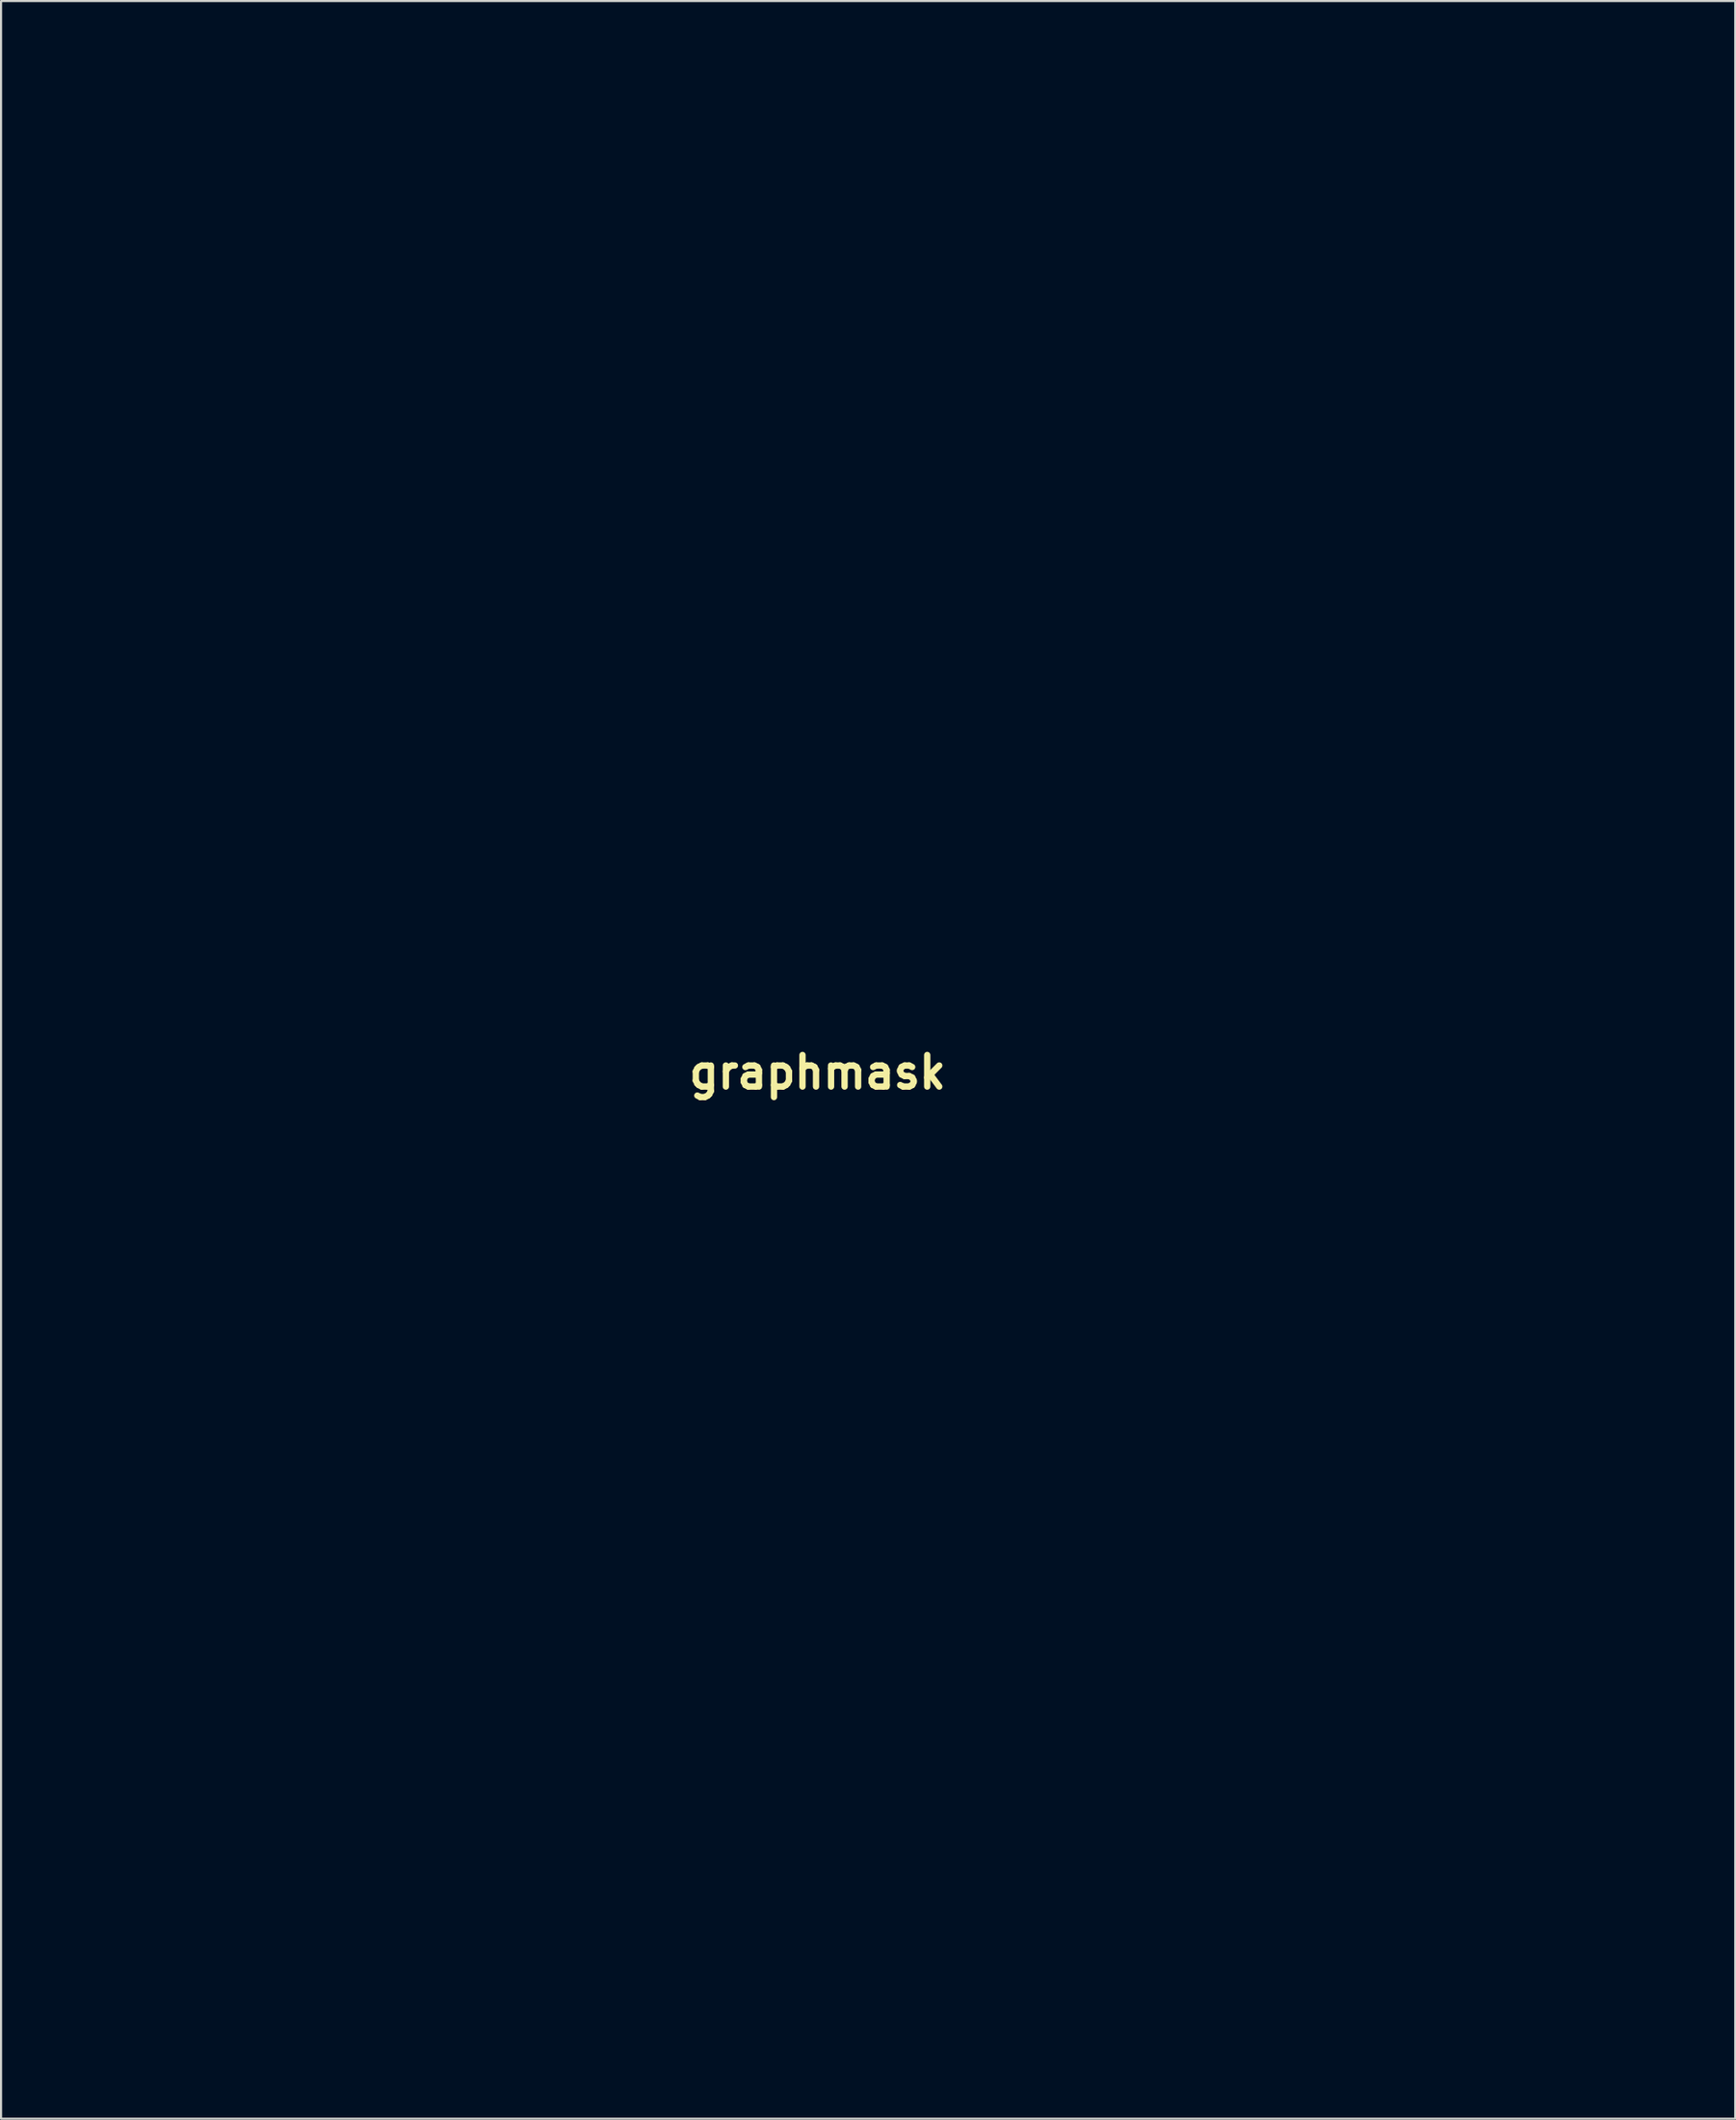
<source format=kicad_pcb>
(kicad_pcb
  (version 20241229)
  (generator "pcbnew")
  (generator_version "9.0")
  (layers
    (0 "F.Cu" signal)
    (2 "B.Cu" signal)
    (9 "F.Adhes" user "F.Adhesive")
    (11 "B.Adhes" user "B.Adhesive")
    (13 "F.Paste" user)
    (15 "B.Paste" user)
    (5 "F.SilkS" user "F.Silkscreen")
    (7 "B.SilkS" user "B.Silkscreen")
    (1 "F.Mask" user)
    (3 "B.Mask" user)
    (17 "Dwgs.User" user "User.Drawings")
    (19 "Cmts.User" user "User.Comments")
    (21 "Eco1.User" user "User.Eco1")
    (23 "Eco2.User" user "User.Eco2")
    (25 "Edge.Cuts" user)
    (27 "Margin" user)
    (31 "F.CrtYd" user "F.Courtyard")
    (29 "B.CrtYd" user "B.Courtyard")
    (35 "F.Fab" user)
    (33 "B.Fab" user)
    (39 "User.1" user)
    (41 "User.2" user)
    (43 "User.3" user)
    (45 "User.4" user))
  (footprint "graphmask"
    (layer "F.Cu")
    (at 35.813 47.898)
    (property "Reference" "graphmask" (at 0 0 0) (layer "F.SilkS") (effects (font (size 1.5 1.5) (thickness 0.3))))
    (attr board_only exclude_from_pos_files exclude_from_bom)
    (fp_poly (pts (xy -13.098 -47.108) (xy -13.002 -47.026) (xy -12.881 -46.805) (xy -12.919 -46.569) (xy -13.037 -46.417) (xy -13.088 -46.361) (xy -13.127 -46.286) (xy -13.157 -46.171) (xy -13.18 -45.996) (xy -13.197 -45.742) (xy -13.209 -45.387) (xy -13.218 -44.911) (xy -13.226 -44.295) (xy -13.229 -43.979) (xy -13.253 -41.698) (xy -13.273 -44.003) (xy -13.279 -44.688) (xy -13.286 -45.223) (xy -13.296 -45.628) (xy -13.309 -45.921) (xy -13.327 -46.124) (xy -13.352 -46.254) (xy -13.385 -46.332) (xy -13.428 -46.377) (xy -13.462 -46.397) (xy -13.596 -46.551) (xy -13.633 -46.768) (xy -13.571 -46.973) (xy -13.468 -47.072) (xy -13.257 -47.152)) (stroke (width 0) (type solid)) (fill yes) (layer "F.Mask"))
    (fp_poly (pts (xy 33.126 -43.668) (xy 33.825 -43.657) (xy 34.392 -43.641) (xy 34.819 -43.621) (xy 35.097 -43.596) (xy 35.217 -43.568) (xy 35.222 -43.561) (xy 35.138 -43.532) (xy 34.895 -43.506) (xy 34.501 -43.484) (xy 33.966 -43.467) (xy 33.298 -43.455) (xy 33.165 -43.454) (xy 31.109 -43.431) (xy 30.14 -42.459) (xy 29.17 -41.487) (xy 27.257 -41.487) (xy 26.704 -41.489) (xy 26.209 -41.496) (xy 25.796 -41.506) (xy 25.49 -41.519) (xy 25.317 -41.535) (xy 25.287 -41.543) (xy 25.246 -41.605) (xy 25.272 -41.653) (xy 25.382 -41.688) (xy 25.592 -41.713) (xy 25.918 -41.729) (xy 26.378 -41.738) (xy 26.986 -41.741) (xy 27.158 -41.741) (xy 29.086 -41.741) (xy 30.058 -42.716) (xy 31.03 -43.691)) (stroke (width 0) (type solid)) (fill yes) (layer "F.Mask"))
    (fp_poly (pts (xy -12.27 -30.837) (xy -12.137 -30.673) (xy -12.107 -30.467) (xy -12.195 -30.274) (xy -12.277 -30.206) (xy -12.326 -30.169) (xy -12.365 -30.113) (xy -12.394 -30.019) (xy -12.415 -29.869) (xy -12.43 -29.642) (xy -12.439 -29.32) (xy -12.444 -28.884) (xy -12.446 -28.314) (xy -12.446 -27.688) (xy -12.446 -25.276) (xy -11.452 -24.279) (xy -11.129 -23.95) (xy -10.86 -23.667) (xy -10.663 -23.449) (xy -10.555 -23.316) (xy -10.544 -23.283) (xy -10.63 -23.34) (xy -10.811 -23.498) (xy -11.067 -23.736) (xy -11.375 -24.034) (xy -11.58 -24.237) (xy -12.531 -25.191) (xy -12.531 -27.646) (xy -12.531 -28.355) (xy -12.533 -28.914) (xy -12.538 -29.342) (xy -12.548 -29.657) (xy -12.563 -29.878) (xy -12.584 -30.025) (xy -12.614 -30.116) (xy -12.653 -30.171) (xy -12.7 -30.206) (xy -12.846 -30.377) (xy -12.866 -30.584) (xy -12.777 -30.773) (xy -12.594 -30.889) (xy -12.488 -30.903)) (stroke (width 0) (type solid)) (fill yes) (layer "F.Mask"))
    (fp_poly (pts (xy -13.93 -40.665) (xy -13.822 -40.478) (xy -13.809 -40.286) (xy -13.831 -40.236) (xy -13.793 -40.151) (xy -13.655 -39.975) (xy -13.44 -39.735) (xy -13.204 -39.493) (xy -12.531 -38.824) (xy -12.531 -35.645) (xy -12.531 -32.466) (xy -13.334 -31.666) (xy -14.138 -30.866) (xy -14.161 -27.054) (xy -14.183 -23.241) (xy -14.204 -27.137) (xy -14.224 -31.034) (xy -13.462 -31.792) (xy -12.7 -32.551) (xy -12.7 -35.687) (xy -12.7 -38.824) (xy -13.319 -39.439) (xy -13.651 -39.753) (xy -13.888 -39.939) (xy -14.039 -40.006) (xy -14.075 -40.002) (xy -14.29 -39.997) (xy -14.469 -40.119) (xy -14.56 -40.33) (xy -14.563 -40.379) (xy -14.547 -40.446) (xy -14.442 -40.446) (xy -14.402 -40.273) (xy -14.381 -40.245) (xy -14.225 -40.147) (xy -14.083 -40.193) (xy -14.013 -40.36) (xy -14.012 -40.387) (xy -14.061 -40.563) (xy -14.192 -40.623) (xy -14.361 -40.583) (xy -14.442 -40.446) (xy -14.547 -40.446) (xy -14.502 -40.635) (xy -14.335 -40.773) (xy -14.099 -40.775)) (stroke (width 0) (type solid)) (fill yes) (layer "F.Mask"))
    (fp_poly (pts (xy 29.043 26.91) (xy 29.155 27.082) (xy 29.147 27.298) (xy 29.125 27.347) (xy 29.022 27.481) (xy 28.953 27.517) (xy 28.92 27.597) (xy 28.894 27.824) (xy 28.878 28.175) (xy 28.871 28.625) (xy 28.871 28.639) (xy 28.871 29.761) (xy 31.919 32.808) (xy 34.967 35.855) (xy 34.967 37.274) (xy 34.972 37.77) (xy 34.984 38.183) (xy 35.004 38.487) (xy 35.028 38.661) (xy 35.046 38.693) (xy 35.2 38.766) (xy 35.329 38.946) (xy 35.39 39.168) (xy 35.391 39.194) (xy 35.321 39.449) (xy 35.146 39.626) (xy 34.913 39.706) (xy 34.67 39.668) (xy 34.515 39.554) (xy 34.387 39.302) (xy 34.409 39.034) (xy 34.574 38.802) (xy 34.586 38.792) (xy 34.666 38.725) (xy 34.722 38.65) (xy 34.76 38.539) (xy 34.782 38.364) (xy 34.794 38.099) (xy 34.798 37.715) (xy 34.798 37.283) (xy 34.798 35.94) (xy 31.75 32.893) (xy 28.702 29.846) (xy 28.702 28.692) (xy 28.698 28.204) (xy 28.686 27.86) (xy 28.661 27.632) (xy 28.623 27.496) (xy 28.575 27.432) (xy 28.456 27.25) (xy 28.475 27.057) (xy 28.608 26.905) (xy 28.834 26.839) (xy 28.843 26.839)) (stroke (width 0) (type solid)) (fill yes) (layer "F.Mask"))
    (fp_poly (pts (xy -16.758 -31.597) (xy -16.623 -31.43) (xy -16.593 -31.219) (xy -16.687 -31.02) (xy -16.722 -30.988) (xy -16.759 -30.936) (xy -16.788 -30.835) (xy -16.81 -30.669) (xy -16.827 -30.42) (xy -16.838 -30.069) (xy -16.845 -29.599) (xy -16.848 -28.992) (xy -16.849 -28.373) (xy -16.849 -25.864) (xy -18.141 -24.573) (xy -18.527 -24.193) (xy -18.879 -23.857) (xy -19.178 -23.583) (xy -19.403 -23.389) (xy -19.536 -23.291) (xy -19.558 -23.283) (xy -19.538 -23.34) (xy -19.413 -23.498) (xy -19.197 -23.74) (xy -18.906 -24.05) (xy -18.556 -24.411) (xy -18.393 -24.575) (xy -17.103 -25.868) (xy -17.103 -28.349) (xy -17.104 -29.08) (xy -17.108 -29.66) (xy -17.116 -30.106) (xy -17.128 -30.437) (xy -17.146 -30.671) (xy -17.17 -30.825) (xy -17.202 -30.918) (xy -17.23 -30.958) (xy -17.35 -31.171) (xy -17.345 -31.286) (xy -17.237 -31.286) (xy -17.185 -31.112) (xy -17.178 -31.104) (xy -17.01 -30.996) (xy -16.849 -31.044) (xy -16.778 -31.136) (xy -16.732 -31.341) (xy -16.828 -31.467) (xy -16.974 -31.496) (xy -17.157 -31.434) (xy -17.237 -31.286) (xy -17.345 -31.286) (xy -17.341 -31.394) (xy -17.223 -31.576) (xy -17.014 -31.664) (xy -16.976 -31.665)) (stroke (width 0) (type solid)) (fill yes) (layer "F.Mask"))
    (fp_poly (pts (xy 33.093 20.553) (xy 33.208 20.707) (xy 33.232 20.893) (xy 33.151 21.056) (xy 33.056 21.115) (xy 33.016 21.156) (xy 32.986 21.259) (xy 32.964 21.441) (xy 32.949 21.723) (xy 32.94 22.123) (xy 32.936 22.661) (xy 32.935 23.108) (xy 32.935 23.732) (xy 32.932 24.208) (xy 32.924 24.557) (xy 32.911 24.8) (xy 32.889 24.96) (xy 32.859 25.057) (xy 32.816 25.113) (xy 32.766 25.146) (xy 32.624 25.313) (xy 32.597 25.483) (xy 32.522 25.728) (xy 32.334 25.917) (xy 32.09 25.993) (xy 32.089 25.993) (xy 31.923 25.946) (xy 31.769 25.861) (xy 31.611 25.659) (xy 31.573 25.404) (xy 31.655 25.155) (xy 31.799 25.007) (xy 31.979 24.916) (xy 32.155 24.92) (xy 32.307 24.968) (xy 32.52 25.023) (xy 32.668 25.025) (xy 32.681 25.019) (xy 32.707 24.923) (xy 32.728 24.69) (xy 32.745 24.347) (xy 32.757 23.925) (xy 32.764 23.45) (xy 32.767 22.953) (xy 32.765 22.461) (xy 32.757 22.003) (xy 32.745 21.609) (xy 32.728 21.306) (xy 32.706 21.123) (xy 32.687 21.082) (xy 32.593 21.012) (xy 32.547 20.852) (xy 32.564 20.68) (xy 32.6 20.612) (xy 32.762 20.514) (xy 32.9 20.489)) (stroke (width 0) (type solid)) (fill yes) (layer "F.Mask"))
    (fp_poly (pts (xy -32.602 34.078) (xy -32.53 34.221) (xy -32.573 34.388) (xy -32.639 34.459) (xy -32.676 34.511) (xy -32.704 34.61) (xy -32.727 34.774) (xy -32.743 35.02) (xy -32.754 35.366) (xy -32.761 35.83) (xy -32.765 36.428) (xy -32.766 37.161) (xy -32.766 39.756) (xy -33.274 40.259) (xy -33.782 40.762) (xy -33.782 43.454) (xy -33.78 44.303) (xy -33.772 44.991) (xy -33.76 45.526) (xy -33.741 45.916) (xy -33.717 46.171) (xy -33.687 46.297) (xy -33.684 46.303) (xy -33.626 46.49) (xy -33.639 46.598) (xy -33.756 46.714) (xy -33.928 46.721) (xy -34.085 46.621) (xy -34.118 46.573) (xy -34.155 46.401) (xy -34.078 46.282) (xy -34.043 46.225) (xy -34.014 46.121) (xy -33.992 45.953) (xy -33.976 45.704) (xy -33.964 45.357) (xy -33.957 44.894) (xy -33.953 44.3) (xy -33.951 43.556) (xy -33.951 43.416) (xy -33.951 40.677) (xy -33.401 40.132) (xy -32.851 39.587) (xy -32.851 37.074) (xy -32.852 36.345) (xy -32.855 35.767) (xy -32.862 35.323) (xy -32.874 34.997) (xy -32.89 34.77) (xy -32.913 34.625) (xy -32.942 34.545) (xy -32.978 34.513) (xy -33.085 34.399) (xy -33.09 34.227) (xy -32.997 34.075) (xy -32.954 34.046) (xy -32.755 34.005)) (stroke (width 0) (type solid)) (fill yes) (layer "F.Mask"))
    (fp_poly (pts (xy -18.991 14.765) (xy -18.898 14.91) (xy -18.897 14.99) (xy -18.861 15.09) (xy -18.729 15.272) (xy -18.495 15.543) (xy -18.152 15.91) (xy -17.694 16.381) (xy -17.358 16.72) (xy -15.792 18.288) (xy -11.387 18.288) (xy -6.982 18.288) (xy -6.011 17.314) (xy -5.04 16.341) (xy -1.769 16.341) (xy -0.923 16.34) (xy -0.232 16.337) (xy 0.322 16.332) (xy 0.752 16.324) (xy 1.076 16.312) (xy 1.307 16.296) (xy 1.462 16.275) (xy 1.557 16.249) (xy 1.606 16.216) (xy 1.609 16.214) (xy 1.779 16.101) (xy 1.956 16.112) (xy 2.094 16.213) (xy 2.149 16.374) (xy 2.086 16.551) (xy 1.952 16.635) (xy 1.78 16.643) (xy 1.644 16.583) (xy 1.609 16.504) (xy 1.526 16.484) (xy 1.286 16.467) (xy 0.902 16.452) (xy 0.386 16.44) (xy -0.251 16.432) (xy -0.995 16.427) (xy -1.631 16.425) (xy -4.871 16.425) (xy -5.842 17.399) (xy -6.813 18.373) (xy -11.345 18.373) (xy -15.877 18.373) (xy -17.437 16.81) (xy -17.988 16.265) (xy -18.431 15.84) (xy -18.773 15.53) (xy -19.02 15.33) (xy -19.177 15.233) (xy -19.214 15.223) (xy -19.398 15.139) (xy -19.465 14.982) (xy -19.398 14.811) (xy -19.344 14.762) (xy -19.16 14.706)) (stroke (width 0) (type solid)) (fill yes) (layer "F.Mask"))
    (fp_poly (pts (xy -25.273 23.311) (xy -25.024 23.405) (xy -24.944 23.46) (xy -24.663 23.773) (xy -24.509 24.145) (xy -24.479 24.538) (xy -24.571 24.914) (xy -24.784 25.237) (xy -25.058 25.44) (xy -25.315 25.574) (xy -25.315 27.456) (xy -25.315 29.339) (xy -23.961 30.692) (xy -22.606 32.044) (xy -22.606 34.012) (xy -22.606 35.979) (xy -22.348 36.112) (xy -22.037 36.358) (xy -21.841 36.686) (xy -21.761 37.059) (xy -21.793 37.44) (xy -21.937 37.792) (xy -22.191 38.076) (xy -22.44 38.218) (xy -22.746 38.323) (xy -22.984 38.34) (xy -23.232 38.269) (xy -23.413 38.185) (xy -23.767 37.93) (xy -23.977 37.585) (xy -24.045 37.156) (xy -23.973 36.733) (xy -23.773 36.373) (xy -23.47 36.119) (xy -23.456 36.112) (xy -23.199 35.979) (xy -23.199 34.139) (xy -23.199 32.298) (xy -24.553 30.946) (xy -25.908 29.593) (xy -25.908 27.581) (xy -25.911 26.926) (xy -25.921 26.385) (xy -25.937 25.97) (xy -25.957 25.696) (xy -25.983 25.574) (xy -25.99 25.569) (xy -26.097 25.518) (xy -26.276 25.387) (xy -26.369 25.308) (xy -26.649 24.963) (xy -26.778 24.573) (xy -26.755 24.171) (xy -26.58 23.787) (xy -26.379 23.558) (xy -26.172 23.391) (xy -25.976 23.309) (xy -25.713 23.284) (xy -25.624 23.283)) (stroke (width 0) (type solid)) (fill yes) (layer "F.Mask"))
    (fp_poly (pts (xy -17.119 -43.13) (xy -16.926 -42.989) (xy -16.861 -42.782) (xy -16.932 -42.559) (xy -17.014 -42.464) (xy -17.054 -42.424) (xy -17.087 -42.373) (xy -17.114 -42.295) (xy -17.136 -42.177) (xy -17.153 -42.003) (xy -17.166 -41.76) (xy -17.175 -41.432) (xy -17.181 -41.004) (xy -17.185 -40.463) (xy -17.187 -39.793) (xy -17.187 -38.98) (xy -17.187 -38.234) (xy -17.187 -34.16) (xy -18.161 -33.189) (xy -19.135 -32.218) (xy -19.135 -29.549) (xy -19.135 -26.88) (xy -20.935 -25.082) (xy -21.389 -24.631) (xy -21.807 -24.221) (xy -22.172 -23.867) (xy -22.47 -23.584) (xy -22.686 -23.387) (xy -22.803 -23.291) (xy -22.818 -23.283) (xy -22.781 -23.341) (xy -22.638 -23.502) (xy -22.403 -23.754) (xy -22.089 -24.082) (xy -21.71 -24.471) (xy -21.279 -24.906) (xy -21.102 -25.083) (xy -19.304 -26.883) (xy -19.304 -29.551) (xy -19.304 -32.218) (xy -18.288 -33.232) (xy -17.272 -34.245) (xy -17.272 -38.286) (xy -17.272 -39.218) (xy -17.273 -39.994) (xy -17.275 -40.63) (xy -17.28 -41.14) (xy -17.286 -41.539) (xy -17.296 -41.841) (xy -17.31 -42.06) (xy -17.328 -42.211) (xy -17.35 -42.309) (xy -17.379 -42.367) (xy -17.413 -42.401) (xy -17.441 -42.418) (xy -17.571 -42.571) (xy -17.609 -42.794) (xy -17.551 -43.011) (xy -17.479 -43.1) (xy -17.301 -43.166)) (stroke (width 0) (type solid)) (fill yes) (layer "F.Mask"))
    (fp_poly (pts (xy -30.307 15.872) (xy -30.012 16.037) (xy -29.965 16.08) (xy -29.776 16.368) (xy -29.721 16.682) (xy -29.781 16.992) (xy -29.937 17.265) (xy -30.17 17.471) (xy -30.46 17.577) (xy -30.789 17.551) (xy -30.848 17.531) (xy -30.942 17.511) (xy -31.046 17.538) (xy -31.183 17.627) (xy -31.378 17.798) (xy -31.654 18.065) (xy -31.822 18.233) (xy -32.597 19.011) (xy -32.597 25.318) (xy -32.597 31.625) (xy -31.327 32.893) (xy -30.057 34.161) (xy -30.057 37.573) (xy -30.057 40.985) (xy -29.718 41.308) (xy -29.496 41.551) (xy -29.394 41.761) (xy -29.379 41.893) (xy -29.448 42.281) (xy -29.635 42.581) (xy -29.911 42.772) (xy -30.245 42.837) (xy -30.608 42.753) (xy -30.649 42.734) (xy -30.824 42.59) (xy -30.987 42.366) (xy -31.016 42.312) (xy -31.112 42.073) (xy -31.119 41.876) (xy -31.07 41.689) (xy -30.914 41.41) (xy -30.725 41.244) (xy -30.481 41.106) (xy -30.481 37.76) (xy -30.48 34.415) (xy -31.75 33.147) (xy -33.02 31.879) (xy -33.02 25.357) (xy -33.02 18.835) (xy -32.18 17.999) (xy -31.845 17.661) (xy -31.616 17.418) (xy -31.477 17.246) (xy -31.41 17.124) (xy -31.399 17.028) (xy -31.416 16.963) (xy -31.468 16.63) (xy -31.383 16.332) (xy -31.192 16.087) (xy -30.928 15.917) (xy -30.623 15.838)) (stroke (width 0) (type solid)) (fill yes) (layer "F.Mask"))
    (fp_poly (pts (xy -25.987 18.671) (xy -25.852 18.781) (xy -25.826 18.949) (xy -25.9 19.11) (xy -26.062 19.202) (xy -26.077 19.204) (xy -26.225 19.28) (xy -26.483 19.483) (xy -26.852 19.814) (xy -27.332 20.272) (xy -27.665 20.6) (xy -29.041 21.969) (xy -29.041 25.484) (xy -29.041 29) (xy -26.966 31.073) (xy -24.892 33.146) (xy -24.892 37.966) (xy -24.892 38.996) (xy -24.89 39.87) (xy -24.888 40.601) (xy -24.884 41.203) (xy -24.878 41.689) (xy -24.869 42.071) (xy -24.858 42.364) (xy -24.843 42.581) (xy -24.825 42.734) (xy -24.803 42.838) (xy -24.776 42.904) (xy -24.747 42.945) (xy -24.669 43.122) (xy -24.711 43.285) (xy -24.834 43.396) (xy -24.998 43.412) (xy -25.127 43.335) (xy -25.225 43.152) (xy -25.154 42.974) (xy -25.104 42.926) (xy -25.076 42.886) (xy -25.053 42.806) (xy -25.034 42.673) (xy -25.018 42.476) (xy -25.005 42.2) (xy -24.995 41.834) (xy -24.988 41.363) (xy -24.982 40.777) (xy -24.979 40.061) (xy -24.977 39.204) (xy -24.977 38.192) (xy -24.977 38.025) (xy -24.977 33.23) (xy -27.051 31.157) (xy -29.125 29.084) (xy -29.125 25.484) (xy -29.125 21.884) (xy -27.728 20.489) (xy -27.213 19.968) (xy -26.82 19.553) (xy -26.545 19.242) (xy -26.383 19.028) (xy -26.331 18.908) (xy -26.28 18.709) (xy -26.125 18.645)) (stroke (width 0) (type solid)) (fill yes) (layer "F.Mask"))
    (fp_poly (pts (xy -18.088 6.254) (xy -17.828 6.417) (xy -17.639 6.652) (xy -17.554 6.947) (xy -17.59 7.243) (xy -17.613 7.327) (xy -17.616 7.407) (xy -17.588 7.498) (xy -17.515 7.615) (xy -17.384 7.776) (xy -17.183 7.994) (xy -16.899 8.287) (xy -16.519 8.669) (xy -16.096 9.092) (xy -14.519 10.668) (xy -12.698 10.668) (xy -10.877 10.668) (xy -9.821 9.61) (xy -8.766 8.551) (xy -6.798 8.551) (xy -4.83 8.551) (xy -4.708 8.314) (xy -4.486 8.051) (xy -4.182 7.907) (xy -3.842 7.89) (xy -3.511 8.008) (xy -3.399 8.088) (xy -3.159 8.382) (xy -3.081 8.721) (xy -3.164 9.087) (xy -3.37 9.396) (xy -3.655 9.576) (xy -3.981 9.624) (xy -4.31 9.535) (xy -4.604 9.304) (xy -4.635 9.267) (xy -4.868 8.975) (xy -6.732 8.975) (xy -8.596 8.975) (xy -9.652 10.033) (xy -10.708 11.091) (xy -12.7 11.091) (xy -14.691 11.091) (xy -16.332 9.449) (xy -16.821 8.961) (xy -17.207 8.581) (xy -17.504 8.296) (xy -17.726 8.094) (xy -17.89 7.963) (xy -18.01 7.889) (xy -18.1 7.861) (xy -18.175 7.865) (xy -18.193 7.869) (xy -18.559 7.897) (xy -18.874 7.788) (xy -19.115 7.572) (xy -19.258 7.277) (xy -19.281 6.935) (xy -19.176 6.602) (xy -18.963 6.339) (xy -18.689 6.202) (xy -18.386 6.178)) (stroke (width 0) (type solid)) (fill yes) (layer "F.Mask"))
    (fp_poly (pts (xy 37.891 2.837) (xy 38.045 2.966) (xy 38.098 3.148) (xy 38.025 3.335) (xy 37.973 3.387) (xy 37.956 3.415) (xy 37.94 3.477) (xy 37.926 3.579) (xy 37.914 3.73) (xy 37.902 3.937) (xy 37.892 4.207) (xy 37.884 4.55) (xy 37.876 4.971) (xy 37.869 5.48) (xy 37.864 6.083) (xy 37.859 6.789) (xy 37.855 7.605) (xy 37.852 8.539) (xy 37.85 9.599) (xy 37.848 10.793) (xy 37.847 12.128) (xy 37.846 13.612) (xy 37.846 15.252) (xy 37.846 16.362) (xy 37.846 29.233) (xy 38.058 29.429) (xy 38.231 29.683) (xy 38.252 29.956) (xy 38.117 30.209) (xy 38.1 30.226) (xy 37.866 30.375) (xy 37.616 30.359) (xy 37.442 30.264) (xy 37.284 30.063) (xy 37.246 29.807) (xy 37.325 29.559) (xy 37.465 29.414) (xy 37.677 29.275) (xy 37.677 16.384) (xy 37.677 14.644) (xy 37.676 13.066) (xy 37.675 11.641) (xy 37.674 10.363) (xy 37.672 9.222) (xy 37.67 8.212) (xy 37.667 7.325) (xy 37.663 6.552) (xy 37.658 5.885) (xy 37.652 5.318) (xy 37.645 4.842) (xy 37.638 4.45) (xy 37.628 4.133) (xy 37.618 3.884) (xy 37.607 3.695) (xy 37.594 3.558) (xy 37.579 3.466) (xy 37.563 3.41) (xy 37.545 3.383) (xy 37.442 3.212) (xy 37.447 3.015) (xy 37.547 2.857) (xy 37.66 2.809)) (stroke (width 0) (type solid)) (fill yes) (layer "F.Mask"))
    (fp_poly (pts (xy -7.578 27.093) (xy -6.395 28.279) (xy -4.455 28.279) (xy -3.828 28.278) (xy -3.349 28.273) (xy -2.996 28.265) (xy -2.748 28.249) (xy -2.585 28.227) (xy -2.483 28.194) (xy -2.424 28.151) (xy -2.406 28.131) (xy -2.265 28.043) (xy -2.118 28.087) (xy -2.013 28.235) (xy -1.99 28.373) (xy -2.053 28.539) (xy -2.203 28.608) (xy -2.379 28.561) (xy -2.452 28.494) (xy -2.509 28.452) (xy -2.614 28.419) (xy -2.787 28.395) (xy -3.048 28.379) (xy -3.419 28.369) (xy -3.92 28.365) (xy -4.52 28.363) (xy -6.479 28.363) (xy -7.662 27.178) (xy -8.845 25.993) (xy -12.254 25.993) (xy -15.663 25.993) (xy -15.663 27.496) (xy -15.663 29) (xy -14.329 30.333) (xy -12.994 31.665) (xy -11.371 31.665) (xy -10.786 31.661) (xy -10.309 31.648) (xy -9.958 31.629) (xy -9.748 31.602) (xy -9.694 31.581) (xy -9.565 31.506) (xy -9.38 31.507) (xy -9.229 31.578) (xy -9.198 31.623) (xy -9.182 31.814) (xy -9.198 31.877) (xy -9.311 31.972) (xy -9.493 32.002) (xy -9.655 31.959) (xy -9.694 31.919) (xy -9.797 31.889) (xy -10.052 31.865) (xy -10.445 31.847) (xy -10.96 31.837) (xy -11.415 31.835) (xy -13.083 31.835) (xy -14.458 30.458) (xy -15.833 29.081) (xy -15.833 27.495) (xy -15.833 25.908) (xy -12.297 25.908) (xy -8.761 25.908)) (stroke (width 0) (type solid)) (fill yes) (layer "F.Mask"))
    (fp_poly (pts (xy -26.315 20.448) (xy -26.198 20.57) (xy -26.198 20.709) (xy -26.147 20.787) (xy -25.987 20.97) (xy -25.732 21.248) (xy -25.392 21.607) (xy -24.979 22.035) (xy -24.506 22.519) (xy -23.985 23.046) (xy -23.614 23.418) (xy -20.997 26.034) (xy -20.997 28.575) (xy -20.997 31.116) (xy -17.928 34.185) (xy -14.858 37.253) (xy -9.206 37.253) (xy -7.991 37.252) (xy -6.937 37.25) (xy -6.037 37.245) (xy -5.284 37.238) (xy -4.668 37.229) (xy -4.183 37.217) (xy -3.82 37.203) (xy -3.572 37.187) (xy -3.431 37.167) (xy -3.397 37.155) (xy -3.194 37.097) (xy -3.031 37.162) (xy -2.963 37.329) (xy -2.963 37.332) (xy -3.028 37.514) (xy -3.179 37.611) (xy -3.354 37.596) (xy -3.417 37.549) (xy -3.459 37.524) (xy -3.54 37.502) (xy -3.671 37.484) (xy -3.863 37.468) (xy -4.129 37.456) (xy -4.48 37.446) (xy -4.928 37.438) (xy -5.484 37.432) (xy -6.161 37.427) (xy -6.97 37.425) (xy -7.923 37.423) (xy -9.032 37.423) (xy -9.244 37.423) (xy -14.945 37.423) (xy -18.056 34.311) (xy -21.167 31.199) (xy -21.167 28.616) (xy -21.167 26.034) (xy -23.728 23.479) (xy -24.442 22.77) (xy -25.045 22.18) (xy -25.539 21.706) (xy -25.928 21.345) (xy -26.216 21.092) (xy -26.408 20.944) (xy -26.501 20.897) (xy -26.667 20.815) (xy -26.728 20.666) (xy -26.682 20.513) (xy -26.527 20.421) (xy -26.51 20.418)) (stroke (width 0) (type solid)) (fill yes) (layer "F.Mask"))
    (fp_poly (pts (xy -15.676 -47.801) (xy -15.444 -47.647) (xy -15.415 -47.614) (xy -15.267 -47.349) (xy -15.275 -47.112) (xy -15.444 -46.87) (xy -15.494 -46.821) (xy -15.748 -46.583) (xy -15.748 -42.319) (xy -15.748 -38.054) (xy -15.028 -37.338) (xy -14.309 -36.622) (xy -14.309 -35.179) (xy -14.309 -33.735) (xy -14.901 -33.147) (xy -15.494 -32.559) (xy -15.494 -27.921) (xy -15.496 -26.789) (xy -15.5 -25.81) (xy -15.508 -24.988) (xy -15.518 -24.324) (xy -15.532 -23.821) (xy -15.548 -23.482) (xy -15.567 -23.308) (xy -15.579 -23.283) (xy -15.599 -23.368) (xy -15.617 -23.619) (xy -15.632 -24.035) (xy -15.644 -24.613) (xy -15.653 -25.351) (xy -15.66 -26.247) (xy -15.663 -27.297) (xy -15.663 -27.963) (xy -15.663 -32.644) (xy -15.071 -33.232) (xy -14.478 -33.82) (xy -14.478 -35.192) (xy -14.478 -36.563) (xy -15.198 -37.218) (xy -15.917 -37.873) (xy -15.917 -42.259) (xy -15.917 -46.645) (xy -16.108 -46.746) (xy -16.322 -46.899) (xy -16.412 -47.101) (xy -16.422 -47.242) (xy -16.241 -47.242) (xy -16.168 -47.069) (xy -16.016 -46.939) (xy -15.802 -46.912) (xy -15.607 -46.996) (xy -15.596 -47.007) (xy -15.501 -47.202) (xy -15.526 -47.419) (xy -15.66 -47.581) (xy -15.669 -47.586) (xy -15.844 -47.632) (xy -16.032 -47.556) (xy -16.05 -47.544) (xy -16.218 -47.399) (xy -16.241 -47.242) (xy -16.422 -47.242) (xy -16.424 -47.265) (xy -16.356 -47.54) (xy -16.178 -47.732) (xy -15.936 -47.824)) (stroke (width 0) (type solid)) (fill yes) (layer "F.Mask"))
    (fp_poly (pts (xy 10.362 9.818) (xy 10.453 9.982) (xy 10.456 10.033) (xy 10.392 10.22) (xy 10.237 10.301) (xy 10.051 10.252) (xy 10.01 10.22) (xy 9.956 10.182) (xy 9.873 10.152) (xy 9.746 10.127) (xy 9.558 10.109) (xy 9.291 10.095) (xy 8.929 10.086) (xy 8.456 10.08) (xy 7.854 10.077) (xy 7.107 10.075) (xy 6.722 10.075) (xy 3.594 10.075) (xy 2.921 10.753) (xy 2.248 11.43) (xy -2.073 11.43) (xy -6.395 11.43) (xy -7.62 12.658) (xy -8.845 13.885) (xy -11.53 13.885) (xy -12.336 13.888) (xy -13.013 13.896) (xy -13.553 13.909) (xy -13.948 13.926) (xy -14.188 13.948) (xy -14.266 13.97) (xy -14.396 14.045) (xy -14.581 14.043) (xy -14.732 13.973) (xy -14.763 13.928) (xy -14.778 13.736) (xy -14.763 13.674) (xy -14.65 13.578) (xy -14.467 13.548) (xy -14.305 13.592) (xy -14.266 13.631) (xy -14.166 13.657) (xy -13.905 13.678) (xy -13.492 13.695) (xy -12.934 13.707) (xy -12.242 13.714) (xy -11.577 13.716) (xy -8.939 13.716) (xy -7.702 12.488) (xy -6.464 11.261) (xy -2.108 11.261) (xy 2.248 11.261) (xy 2.879 10.626) (xy 3.509 9.991) (xy 6.68 9.991) (xy 7.503 9.99) (xy 8.173 9.988) (xy 8.708 9.983) (xy 9.122 9.976) (xy 9.434 9.964) (xy 9.66 9.948) (xy 9.815 9.927) (xy 9.918 9.9) (xy 9.985 9.866) (xy 10.01 9.846) (xy 10.195 9.764)) (stroke (width 0) (type solid)) (fill yes) (layer "F.Mask"))
    (fp_poly (pts (xy -34.791 13.785) (xy -34.788 13.787) (xy -34.679 13.816) (xy -34.449 13.84) (xy -34.088 13.858) (xy -33.589 13.871) (xy -32.943 13.88) (xy -32.141 13.885) (xy -31.6 13.885) (xy -28.569 13.885) (xy -28.128 14.332) (xy -27.686 14.78) (xy -27.686 16.217) (xy -27.686 17.655) (xy -29.337 19.304) (xy -30.988 20.953) (xy -30.988 25.612) (xy -30.988 30.27) (xy -29.041 32.216) (xy -27.093 34.162) (xy -27.093 36.357) (xy -27.092 37.038) (xy -27.088 37.57) (xy -27.079 37.971) (xy -27.065 38.263) (xy -27.044 38.465) (xy -27.015 38.596) (xy -26.978 38.677) (xy -26.96 38.7) (xy -26.877 38.879) (xy -26.914 39.045) (xy -27.032 39.159) (xy -27.194 39.179) (xy -27.33 39.099) (xy -27.419 38.931) (xy -27.416 38.749) (xy -27.347 38.65) (xy -27.32 38.549) (xy -27.298 38.29) (xy -27.28 37.882) (xy -27.269 37.338) (xy -27.263 36.668) (xy -27.263 36.38) (xy -27.263 34.162) (xy -29.21 32.216) (xy -31.157 30.27) (xy -31.157 25.575) (xy -31.157 20.88) (xy -29.506 19.221) (xy -27.855 17.563) (xy -27.855 16.172) (xy -27.855 14.781) (xy -28.212 14.418) (xy -28.568 14.055) (xy -31.599 14.055) (xy -32.496 14.057) (xy -33.232 14.063) (xy -33.816 14.074) (xy -34.256 14.089) (xy -34.561 14.11) (xy -34.739 14.135) (xy -34.788 14.153) (xy -34.992 14.212) (xy -35.154 14.144) (xy -35.221 13.973) (xy -35.221 13.97) (xy -35.156 13.798) (xy -34.995 13.729)) (stroke (width 0) (type solid)) (fill yes) (layer "F.Mask"))
    (fp_poly (pts (xy 31.209 21.837) (xy 31.351 21.968) (xy 31.368 22.011) (xy 31.382 22.197) (xy 31.329 22.364) (xy 31.234 22.437) (xy 31.233 22.437) (xy 31.216 22.519) (xy 31.201 22.755) (xy 31.188 23.131) (xy 31.177 23.632) (xy 31.168 24.242) (xy 31.161 24.947) (xy 31.158 25.732) (xy 31.157 26.183) (xy 31.158 29.93) (xy 34.078 32.595) (xy 36.999 35.26) (xy 36.999 37.592) (xy 36.999 39.924) (xy 36.215 40.705) (xy 35.43 41.487) (xy 32.383 41.487) (xy 29.335 41.487) (xy 27.728 39.878) (xy 26.121 38.269) (xy 22.49 38.269) (xy 18.858 38.269) (xy 18.662 38.481) (xy 18.411 38.658) (xy 18.155 38.672) (xy 17.918 38.524) (xy 17.871 38.47) (xy 17.726 38.236) (xy 17.723 38.044) (xy 17.864 37.84) (xy 17.903 37.8) (xy 18.117 37.635) (xy 18.312 37.614) (xy 18.527 37.741) (xy 18.64 37.846) (xy 18.894 38.1) (xy 22.55 38.1) (xy 26.206 38.1) (xy 27.813 39.709) (xy 29.42 41.317) (xy 32.382 41.317) (xy 35.345 41.317) (xy 36.087 40.578) (xy 36.83 39.839) (xy 36.83 37.594) (xy 36.83 35.348) (xy 33.909 32.683) (xy 30.988 30.018) (xy 30.988 26.275) (xy 30.986 25.299) (xy 30.98 24.458) (xy 30.971 23.757) (xy 30.959 23.203) (xy 30.943 22.801) (xy 30.923 22.558) (xy 30.904 22.479) (xy 30.797 22.367) (xy 30.733 22.265) (xy 30.696 22.108) (xy 30.793 21.954) (xy 30.81 21.937) (xy 31.009 21.824)) (stroke (width 0) (type solid)) (fill yes) (layer "F.Mask"))
    (fp_poly (pts (xy 33.664 -47.883) (xy 33.849 -47.772) (xy 33.947 -47.589) (xy 33.951 -47.54) (xy 33.88 -47.365) (xy 33.712 -47.217) (xy 33.528 -47.159) (xy 33.339 -47.217) (xy 33.244 -47.286) (xy 33.195 -47.317) (xy 33.104 -47.342) (xy 32.957 -47.362) (xy 32.74 -47.378) (xy 32.439 -47.391) (xy 32.039 -47.4) (xy 31.526 -47.407) (xy 30.886 -47.411) (xy 30.104 -47.413) (xy 29.194 -47.413) (xy 25.271 -47.413) (xy 23.918 -46.059) (xy 22.566 -44.704) (xy 18.484 -44.704) (xy 17.515 -44.703) (xy 16.704 -44.701) (xy 16.036 -44.696) (xy 15.5 -44.689) (xy 15.082 -44.679) (xy 14.771 -44.665) (xy 14.553 -44.649) (xy 14.415 -44.628) (xy 14.346 -44.603) (xy 14.334 -44.592) (xy 14.161 -44.444) (xy 13.937 -44.441) (xy 13.81 -44.504) (xy 13.656 -44.695) (xy 13.658 -44.917) (xy 13.767 -45.082) (xy 13.957 -45.168) (xy 14.172 -45.132) (xy 14.334 -44.989) (xy 14.375 -44.962) (xy 14.473 -44.939) (xy 14.641 -44.92) (xy 14.891 -44.905) (xy 15.238 -44.893) (xy 15.694 -44.885) (xy 16.272 -44.879) (xy 16.985 -44.875) (xy 17.848 -44.874) (xy 18.399 -44.873) (xy 22.396 -44.873) (xy 23.791 -46.27) (xy 25.186 -47.667) (xy 29.178 -47.667) (xy 30.117 -47.668) (xy 30.902 -47.67) (xy 31.546 -47.674) (xy 32.062 -47.68) (xy 32.465 -47.689) (xy 32.768 -47.701) (xy 32.987 -47.717) (xy 33.134 -47.737) (xy 33.224 -47.762) (xy 33.271 -47.791) (xy 33.274 -47.794) (xy 33.452 -47.898)) (stroke (width 0) (type solid)) (fill yes) (layer "F.Mask"))
    (fp_poly (pts (xy -11.541 -43.484) (xy -11.369 -43.357) (xy -11.266 -43.193) (xy -11.218 -42.955) (xy -11.278 -42.704) (xy -11.423 -42.512) (xy -11.524 -42.457) (xy -11.561 -42.44) (xy -11.591 -42.404) (xy -11.617 -42.334) (xy -11.637 -42.217) (xy -11.652 -42.037) (xy -11.664 -41.782) (xy -11.673 -41.437) (xy -11.678 -40.986) (xy -11.682 -40.417) (xy -11.683 -39.715) (xy -11.684 -38.865) (xy -11.684 -38.352) (xy -11.684 -34.297) (xy -10.668 -33.245) (xy -9.652 -32.194) (xy -9.652 -29.539) (xy -9.652 -26.883) (xy -7.854 -25.083) (xy -7.409 -24.634) (xy -7.013 -24.226) (xy -6.678 -23.874) (xy -6.419 -23.591) (xy -6.248 -23.392) (xy -6.178 -23.292) (xy -6.182 -23.283) (xy -6.272 -23.341) (xy -6.465 -23.505) (xy -6.744 -23.76) (xy -7.095 -24.091) (xy -7.502 -24.484) (xy -7.948 -24.924) (xy -8.108 -25.083) (xy -9.906 -26.883) (xy -9.906 -29.551) (xy -9.906 -32.218) (xy -10.88 -33.189) (xy -11.853 -34.16) (xy -11.853 -38.231) (xy -11.853 -42.301) (xy -12.107 -42.489) (xy -12.306 -42.718) (xy -12.37 -42.976) (xy -12.369 -42.983) (xy -12.16 -42.983) (xy -12.124 -42.794) (xy -11.997 -42.648) (xy -11.815 -42.58) (xy -11.617 -42.623) (xy -11.532 -42.689) (xy -11.433 -42.884) (xy -11.454 -43.098) (xy -11.571 -43.273) (xy -11.763 -43.349) (xy -11.772 -43.349) (xy -11.931 -43.29) (xy -12.065 -43.18) (xy -12.16 -42.983) (xy -12.369 -42.983) (xy -12.314 -43.223) (xy -12.148 -43.416) (xy -11.886 -43.513) (xy -11.804 -43.517)) (stroke (width 0) (type solid)) (fill yes) (layer "F.Mask"))
    (fp_poly (pts (xy 9.661 -42.471) (xy 9.907 -42.308) (xy 9.922 -42.291) (xy 10.106 -42.079) (xy 16.516 -42.079) (xy 22.927 -42.079) (xy 23.41 -41.233) (xy 23.894 -40.386) (xy 26.981 -40.386) (xy 27.932 -40.388) (xy 28.716 -40.396) (xy 29.337 -40.409) (xy 29.796 -40.426) (xy 30.096 -40.449) (xy 30.239 -40.478) (xy 30.242 -40.479) (xy 30.482 -40.536) (xy 30.675 -40.457) (xy 30.79 -40.275) (xy 30.796 -40.023) (xy 30.767 -39.927) (xy 30.648 -39.82) (xy 30.452 -39.796) (xy 30.248 -39.853) (xy 30.118 -39.962) (xy 30.081 -40.005) (xy 30.027 -40.041) (xy 29.94 -40.069) (xy 29.802 -40.092) (xy 29.597 -40.109) (xy 29.308 -40.122) (xy 28.918 -40.131) (xy 28.411 -40.139) (xy 27.771 -40.145) (xy 26.979 -40.151) (xy 26.874 -40.152) (xy 23.749 -40.174) (xy 23.255 -41) (xy 22.761 -41.825) (xy 16.376 -41.825) (xy 15.077 -41.824) (xy 13.916 -41.821) (xy 12.898 -41.816) (xy 12.026 -41.808) (xy 11.303 -41.799) (xy 10.735 -41.788) (xy 10.324 -41.774) (xy 10.074 -41.759) (xy 9.991 -41.743) (xy 9.918 -41.619) (xy 9.747 -41.507) (xy 9.544 -41.439) (xy 9.403 -41.443) (xy 9.138 -41.596) (xy 8.998 -41.822) (xy 8.995 -41.973) (xy 9.266 -41.973) (xy 9.279 -41.878) (xy 9.39 -41.767) (xy 9.548 -41.766) (xy 9.681 -41.862) (xy 9.72 -41.963) (xy 9.68 -42.132) (xy 9.546 -42.212) (xy 9.38 -42.175) (xy 9.338 -42.14) (xy 9.266 -41.973) (xy 8.995 -41.973) (xy 8.994 -42.079) (xy 9.138 -42.327) (xy 9.144 -42.333) (xy 9.393 -42.481)) (stroke (width 0) (type solid)) (fill yes) (layer "F.Mask"))
    (fp_poly (pts (xy 39.011 37.318) (xy 39.031 37.338) (xy 39.179 37.585) (xy 39.169 37.844) (xy 39.003 38.074) (xy 38.989 38.085) (xy 38.911 38.151) (xy 38.855 38.225) (xy 38.817 38.334) (xy 38.794 38.505) (xy 38.782 38.764) (xy 38.778 39.14) (xy 38.777 39.637) (xy 38.777 41.024) (xy 37.739 42.059) (xy 36.701 43.095) (xy 31.24 43.095) (xy 25.779 43.095) (xy 24.088 41.402) (xy 22.396 39.709) (xy 17.548 39.709) (xy 16.522 39.71) (xy 15.597 39.714) (xy 14.783 39.72) (xy 14.089 39.729) (xy 13.525 39.74) (xy 13.099 39.753) (xy 12.823 39.767) (xy 12.704 39.784) (xy 12.7 39.788) (xy 12.628 39.878) (xy 12.464 39.931) (xy 12.283 39.925) (xy 12.253 39.916) (xy 12.1 39.788) (xy 12.063 39.605) (xy 12.127 39.425) (xy 12.281 39.305) (xy 12.396 39.285) (xy 12.598 39.337) (xy 12.7 39.412) (xy 12.74 39.44) (xy 12.82 39.463) (xy 12.952 39.482) (xy 13.149 39.498) (xy 13.424 39.511) (xy 13.789 39.521) (xy 14.258 39.528) (xy 14.842 39.533) (xy 15.555 39.537) (xy 16.41 39.539) (xy 17.418 39.539) (xy 17.643 39.539) (xy 22.481 39.539) (xy 24.172 41.233) (xy 25.864 42.926) (xy 31.24 42.926) (xy 36.616 42.926) (xy 37.612 41.932) (xy 38.608 40.939) (xy 38.608 39.629) (xy 38.607 39.13) (xy 38.602 38.774) (xy 38.588 38.53) (xy 38.562 38.37) (xy 38.519 38.267) (xy 38.457 38.192) (xy 38.404 38.146) (xy 38.192 37.899) (xy 38.148 37.654) (xy 38.27 37.399) (xy 38.274 37.394) (xy 38.505 37.21) (xy 38.762 37.184)) (stroke (width 0) (type solid)) (fill yes) (layer "F.Mask"))
    (fp_poly (pts (xy -22.259 6.865) (xy -22.2 6.989) (xy -22.136 7.093) (xy -21.966 7.297) (xy -21.706 7.587) (xy -21.372 7.944) (xy -20.98 8.351) (xy -20.545 8.792) (xy -20.486 8.851) (xy -18.796 10.539) (xy -18.796 11.599) (xy -18.796 12.659) (xy -17.25 14.204) (xy -15.704 15.748) (xy -11.766 15.748) (xy -7.829 15.748) (xy -6.943 14.859) (xy -6.057 13.97) (xy 3.237 13.97) (xy 4.581 13.969) (xy 5.851 13.967) (xy 7.037 13.964) (xy 8.133 13.96) (xy 9.127 13.954) (xy 10.012 13.948) (xy 10.778 13.94) (xy 11.418 13.932) (xy 11.921 13.923) (xy 12.279 13.913) (xy 12.484 13.903) (xy 12.531 13.894) (xy 12.599 13.796) (xy 12.751 13.758) (xy 12.905 13.797) (xy 12.922 13.81) (xy 13.037 13.981) (xy 13.02 14.148) (xy 12.907 14.265) (xy 12.729 14.288) (xy 12.605 14.237) (xy 12.532 14.221) (xy 12.364 14.206) (xy 12.094 14.193) (xy 11.717 14.181) (xy 11.225 14.171) (xy 10.612 14.163) (xy 9.872 14.156) (xy 8.998 14.15) (xy 7.984 14.146) (xy 6.823 14.143) (xy 5.509 14.14) (xy 4.036 14.139) (xy 3.244 14.139) (xy -5.96 14.139) (xy -6.862 15.028) (xy -7.764 15.917) (xy -11.736 15.917) (xy -15.707 15.917) (xy -17.294 14.329) (xy -18.881 12.741) (xy -18.881 11.725) (xy -18.881 10.709) (xy -20.595 9.002) (xy -21.043 8.561) (xy -21.46 8.16) (xy -21.827 7.814) (xy -22.129 7.541) (xy -22.349 7.354) (xy -22.47 7.269) (xy -22.479 7.266) (xy -22.618 7.175) (xy -22.648 7.026) (xy -22.613 6.866) (xy -22.475 6.817) (xy -22.437 6.816)) (stroke (width 0) (type solid)) (fill yes) (layer "F.Mask"))
    (fp_poly (pts (xy -34.791 8.536) (xy -34.788 8.538) (xy -34.701 8.56) (xy -34.51 8.578) (xy -34.208 8.594) (xy -33.785 8.607) (xy -33.234 8.618) (xy -32.548 8.626) (xy -31.718 8.631) (xy -30.736 8.635) (xy -29.594 8.636) (xy -29.322 8.636) (xy -24.014 8.636) (xy -22.548 10.093) (xy -21.082 11.551) (xy -21.082 13.713) (xy -21.082 15.876) (xy -18.605 18.352) (xy -16.128 20.828) (xy -10.462 20.828) (xy -9.336 20.828) (xy -8.367 20.827) (xy -7.544 20.824) (xy -6.853 20.821) (xy -6.283 20.816) (xy -5.823 20.809) (xy -5.459 20.799) (xy -5.18 20.787) (xy -4.974 20.773) (xy -4.828 20.755) (xy -4.732 20.734) (xy -4.671 20.709) (xy -4.645 20.691) (xy -4.464 20.606) (xy -4.297 20.642) (xy -4.185 20.763) (xy -4.173 20.93) (xy -4.234 21.041) (xy -4.409 21.158) (xy -4.588 21.107) (xy -4.657 21.04) (xy -4.694 21.015) (xy -4.77 20.993) (xy -4.895 20.974) (xy -5.082 20.959) (xy -5.341 20.946) (xy -5.685 20.936) (xy -6.125 20.928) (xy -6.673 20.922) (xy -7.341 20.918) (xy -8.139 20.915) (xy -9.08 20.913) (xy -10.176 20.913) (xy -10.531 20.913) (xy -16.299 20.913) (xy -18.733 18.478) (xy -21.167 16.043) (xy -21.167 13.884) (xy -21.167 11.725) (xy -22.628 10.265) (xy -24.089 8.805) (xy -29.36 8.805) (xy -30.534 8.806) (xy -31.546 8.809) (xy -32.404 8.814) (xy -33.117 8.822) (xy -33.693 8.832) (xy -34.139 8.844) (xy -34.464 8.86) (xy -34.674 8.878) (xy -34.78 8.899) (xy -34.788 8.903) (xy -34.992 8.962) (xy -35.154 8.895) (xy -35.221 8.724) (xy -35.221 8.721) (xy -35.156 8.548) (xy -34.995 8.479)) (stroke (width 0) (type solid)) (fill yes) (layer "F.Mask"))
    (fp_poly (pts (xy 21.833 40.852) (xy 21.981 41.032) (xy 22.033 41.271) (xy 21.967 41.531) (xy 21.866 41.677) (xy 21.65 41.807) (xy 21.398 41.792) (xy 21.153 41.636) (xy 21.132 41.614) (xy 20.936 41.402) (xy 10.774 41.402) (xy 9.238 41.402) (xy 7.862 41.403) (xy 6.638 41.404) (xy 5.557 41.406) (xy 4.61 41.408) (xy 3.789 41.411) (xy 3.083 41.416) (xy 2.486 41.421) (xy 1.987 41.428) (xy 1.579 41.436) (xy 1.252 41.445) (xy 0.997 41.456) (xy 0.806 41.468) (xy 0.669 41.483) (xy 0.579 41.499) (xy 0.526 41.517) (xy 0.505 41.533) (xy 0.337 41.63) (xy 0.219 41.639) (xy 0.091 41.577) (xy 0.029 41.412) (xy 0.017 41.307) (xy 0.04 41.051) (xy 0.157 40.933) (xy 0.354 40.96) (xy 0.521 41.06) (xy 0.558 41.086) (xy 0.602 41.109) (xy 0.661 41.13) (xy 0.744 41.148) (xy 0.861 41.164) (xy 1.021 41.178) (xy 1.233 41.189) (xy 1.506 41.199) (xy 1.85 41.208) (xy 2.273 41.215) (xy 2.785 41.22) (xy 3.394 41.224) (xy 4.111 41.227) (xy 4.943 41.23) (xy 5.901 41.231) (xy 6.993 41.232) (xy 8.229 41.232) (xy 9.617 41.233) (xy 10.871 41.233) (xy 12.391 41.233) (xy 13.751 41.232) (xy 14.96 41.232) (xy 16.026 41.231) (xy 16.959 41.229) (xy 17.767 41.226) (xy 18.46 41.223) (xy 19.047 41.218) (xy 19.536 41.212) (xy 19.937 41.205) (xy 20.258 41.197) (xy 20.508 41.187) (xy 20.697 41.175) (xy 20.834 41.161) (xy 20.926 41.145) (xy 20.985 41.127) (xy 21.017 41.106) (xy 21.033 41.083) (xy 21.037 41.072) (xy 21.147 40.928) (xy 21.338 40.808) (xy 21.612 40.765)) (stroke (width 0) (type solid)) (fill yes) (layer "F.Mask"))
    (fp_poly (pts (xy -34.769 10.336) (xy -34.713 10.423) (xy -34.631 10.438) (xy -34.392 10.452) (xy -34.01 10.464) (xy -33.497 10.475) (xy -32.866 10.484) (xy -32.131 10.491) (xy -31.305 10.496) (xy -30.399 10.498) (xy -29.949 10.499) (xy -25.186 10.499) (xy -24.234 11.452) (xy -23.283 12.406) (xy -23.283 14.437) (xy -23.283 16.469) (xy -20.087 19.664) (xy -16.89 22.86) (xy -12.529 22.86) (xy -8.167 22.86) (xy -7.239 23.791) (xy -6.311 24.723) (xy -1.467 24.723) (xy -0.322 24.721) (xy 0.678 24.717) (xy 1.529 24.71) (xy 2.227 24.699) (xy 2.77 24.687) (xy 3.153 24.671) (xy 3.373 24.653) (xy 3.429 24.638) (xy 3.56 24.562) (xy 3.746 24.567) (xy 3.898 24.643) (xy 3.929 24.691) (xy 3.925 24.859) (xy 3.814 24.994) (xy 3.652 25.066) (xy 3.494 25.042) (xy 3.429 24.977) (xy 3.332 24.957) (xy 3.069 24.939) (xy 2.644 24.925) (xy 2.06 24.913) (xy 1.321 24.903) (xy 0.43 24.897) (xy -0.608 24.893) (xy -1.509 24.892) (xy -6.395 24.892) (xy -7.324 23.961) (xy -8.252 23.029) (xy -12.615 23.029) (xy -16.979 23.029) (xy -20.216 19.788) (xy -23.453 16.547) (xy -23.453 14.516) (xy -23.453 12.486) (xy -24.406 11.534) (xy -25.36 10.583) (xy -29.984 10.583) (xy -30.998 10.584) (xy -31.855 10.585) (xy -32.569 10.588) (xy -33.153 10.593) (xy -33.621 10.6) (xy -33.985 10.61) (xy -34.259 10.623) (xy -34.455 10.639) (xy -34.588 10.658) (xy -34.669 10.682) (xy -34.713 10.71) (xy -34.717 10.714) (xy -34.891 10.823) (xy -35.069 10.794) (xy -35.188 10.646) (xy -35.205 10.573) (xy -35.178 10.372) (xy -35.099 10.3) (xy -34.923 10.283)) (stroke (width 0) (type solid)) (fill yes) (layer "F.Mask"))
    (fp_poly (pts (xy -34.797 11.141) (xy -34.477 11.303) (xy -34.28 11.51) (xy -34.089 11.769) (xy -30.454 11.769) (xy -26.819 11.769) (xy -26.109 12.461) (xy -25.4 13.153) (xy -25.4 15.023) (xy -25.4 16.892) (xy -21.421 20.87) (xy -17.441 24.849) (xy -17.441 27.475) (xy -17.441 30.1) (xy -15.555 31.985) (xy -15.029 32.51) (xy -14.609 32.926) (xy -14.28 33.247) (xy -14.028 33.483) (xy -13.839 33.647) (xy -13.698 33.751) (xy -13.593 33.807) (xy -13.507 33.826) (xy -13.429 33.821) (xy -13.397 33.816) (xy -13.021 33.815) (xy -12.706 33.958) (xy -12.479 34.218) (xy -12.369 34.572) (xy -12.363 34.689) (xy -12.437 35.054) (xy -12.631 35.329) (xy -12.912 35.498) (xy -13.247 35.542) (xy -13.602 35.443) (xy -13.684 35.398) (xy -13.941 35.153) (xy -14.074 34.831) (xy -14.062 34.485) (xy -14.059 34.473) (xy -14.044 34.401) (xy -14.051 34.325) (xy -14.091 34.232) (xy -14.175 34.107) (xy -14.316 33.937) (xy -14.526 33.709) (xy -14.815 33.409) (xy -15.197 33.022) (xy -15.681 32.536) (xy -15.926 32.291) (xy -17.865 30.354) (xy -17.865 27.686) (xy -17.865 25.018) (xy -21.844 21.04) (xy -25.823 17.061) (xy -25.823 15.242) (xy -25.823 13.424) (xy -26.435 12.808) (xy -27.047 12.192) (xy -30.578 12.192) (xy -31.443 12.192) (xy -32.155 12.193) (xy -32.728 12.196) (xy -33.177 12.201) (xy -33.519 12.21) (xy -33.768 12.222) (xy -33.94 12.238) (xy -34.051 12.26) (xy -34.114 12.288) (xy -34.147 12.322) (xy -34.162 12.359) (xy -34.321 12.603) (xy -34.592 12.783) (xy -34.923 12.867) (xy -34.985 12.869) (xy -35.326 12.802) (xy -35.58 12.621) (xy -35.743 12.364) (xy -35.813 12.063) (xy -35.786 11.754) (xy -35.66 11.472) (xy -35.43 11.251) (xy -35.145 11.136)) (stroke (width 0) (type solid)) (fill yes) (layer "F.Mask"))
    (fp_poly (pts (xy 17.957 -10.469) (xy 18.094 -10.275) (xy 18.119 -10.125) (xy 18.049 -9.881) (xy 17.874 -9.723) (xy 17.645 -9.669) (xy 17.413 -9.738) (xy 17.314 -9.821) (xy 17.236 -9.891) (xy 17.131 -9.939) (xy 16.966 -9.968) (xy 16.713 -9.984) (xy 16.339 -9.99) (xy 16.05 -9.991) (xy 14.939 -9.991) (xy 14.391 -9.434) (xy 13.843 -8.877) (xy 17.103 -8.936) (xy 18.01 -8.954) (xy 18.759 -8.972) (xy 19.359 -8.992) (xy 19.821 -9.013) (xy 20.154 -9.037) (xy 20.37 -9.063) (xy 20.479 -9.092) (xy 20.489 -9.099) (xy 20.737 -9.242) (xy 20.963 -9.227) (xy 21.119 -9.133) (xy 21.271 -8.966) (xy 21.336 -8.802) (xy 21.336 -8.799) (xy 21.265 -8.593) (xy 21.092 -8.407) (xy 20.883 -8.303) (xy 20.827 -8.297) (xy 20.644 -8.358) (xy 20.512 -8.467) (xy 20.48 -8.5) (xy 20.437 -8.528) (xy 20.371 -8.552) (xy 20.27 -8.573) (xy 20.121 -8.589) (xy 19.913 -8.603) (xy 19.633 -8.613) (xy 19.27 -8.621) (xy 18.811 -8.627) (xy 18.244 -8.631) (xy 17.557 -8.634) (xy 16.737 -8.635) (xy 15.774 -8.636) (xy 14.654 -8.636) (xy 14.564 -8.636) (xy 8.762 -8.636) (xy 6.561 -6.429) (xy 6.055 -5.924) (xy 5.582 -5.454) (xy 5.157 -5.035) (xy 4.793 -4.681) (xy 4.506 -4.405) (xy 4.31 -4.221) (xy 4.218 -4.143) (xy 4.217 -4.143) (xy 4.065 -4.114) (xy 4.016 -4.158) (xy 4.06 -4.24) (xy 4.216 -4.429) (xy 4.474 -4.716) (xy 4.825 -5.09) (xy 5.259 -5.542) (xy 5.767 -6.06) (xy 6.275 -6.571) (xy 8.593 -8.89) (xy 11.008 -8.89) (xy 13.424 -8.89) (xy 14.097 -9.567) (xy 14.77 -10.245) (xy 15.96 -10.245) (xy 16.436 -10.247) (xy 16.772 -10.255) (xy 16.998 -10.273) (xy 17.142 -10.305) (xy 17.235 -10.355) (xy 17.295 -10.414) (xy 17.507 -10.557) (xy 17.745 -10.569)) (stroke (width 0) (type solid)) (fill yes) (layer "F.Mask"))
    (fp_poly (pts (xy -7.916 -0.397) (xy -7.766 -0.283) (xy -7.551 -0.096) (xy -7.26 0.174) (xy -6.885 0.535) (xy -6.415 0.997) (xy -5.839 1.569) (xy -5.649 1.759) (xy -3.343 4.064) (xy 2.458 4.064) (xy 3.59 4.064) (xy 4.565 4.063) (xy 5.394 4.062) (xy 6.09 4.06) (xy 6.666 4.056) (xy 7.133 4.05) (xy 7.503 4.042) (xy 7.788 4.032) (xy 8.001 4.018) (xy 8.154 4.002) (xy 8.258 3.982) (xy 8.326 3.958) (xy 8.37 3.93) (xy 8.402 3.897) (xy 8.405 3.895) (xy 8.624 3.751) (xy 8.874 3.748) (xy 9.089 3.88) (xy 9.215 4.122) (xy 9.185 4.367) (xy 9.074 4.517) (xy 8.825 4.643) (xy 8.562 4.612) (xy 8.382 4.487) (xy 8.333 4.444) (xy 8.27 4.409) (xy 8.176 4.381) (xy 8.034 4.359) (xy 7.829 4.343) (xy 7.543 4.332) (xy 7.159 4.325) (xy 6.661 4.321) (xy 6.032 4.319) (xy 5.257 4.318) (xy 4.977 4.318) (xy 1.741 4.318) (xy 2.244 4.826) (xy 2.746 5.334) (xy 3.945 5.334) (xy 4.442 5.331) (xy 4.796 5.319) (xy 5.031 5.296) (xy 5.174 5.259) (xy 5.249 5.207) (xy 5.426 5.106) (xy 5.664 5.086) (xy 5.872 5.151) (xy 5.91 5.182) (xy 6 5.376) (xy 5.991 5.622) (xy 5.889 5.838) (xy 5.856 5.871) (xy 5.62 5.997) (xy 5.385 5.972) (xy 5.216 5.83) (xy 5.155 5.758) (xy 5.067 5.707) (xy 4.924 5.67) (xy 4.698 5.645) (xy 4.362 5.626) (xy 3.885 5.607) (xy 3.865 5.607) (xy 2.64 5.565) (xy 2.021 4.942) (xy 1.401 4.318) (xy -1.052 4.318) (xy -3.504 4.318) (xy -5.835 1.992) (xy -6.445 1.381) (xy -6.942 0.878) (xy -7.336 0.473) (xy -7.635 0.157) (xy -7.849 -0.082) (xy -7.986 -0.252) (xy -8.056 -0.364) (xy -8.068 -0.428) (xy -8.06 -0.44) (xy -8.011 -0.446)) (stroke (width 0) (type solid)) (fill yes) (layer "F.Mask"))
    (fp_poly (pts (xy 36.305 -45.483) (xy 36.322 -45.466) (xy 36.471 -45.219) (xy 36.459 -44.961) (xy 36.289 -44.727) (xy 36.268 -44.71) (xy 36.034 -44.565) (xy 35.843 -44.562) (xy 35.638 -44.704) (xy 35.595 -44.746) (xy 35.383 -44.958) (xy 31.342 -44.958) (xy 27.302 -44.958) (xy 26.416 -44.069) (xy 25.53 -43.18) (xy 15.213 -43.18) (xy 13.677 -43.18) (xy 12.301 -43.18) (xy 11.076 -43.179) (xy 9.994 -43.178) (xy 9.045 -43.177) (xy 8.22 -43.174) (xy 7.51 -43.171) (xy 6.906 -43.166) (xy 6.399 -43.161) (xy 5.98 -43.154) (xy 5.64 -43.146) (xy 5.37 -43.136) (xy 5.161 -43.124) (xy 5.003 -43.11) (xy 4.888 -43.094) (xy 4.807 -43.076) (xy 4.751 -43.056) (xy 4.71 -43.033) (xy 4.68 -43.011) (xy 4.487 -42.877) (xy 4.357 -42.857) (xy 4.228 -42.944) (xy 4.197 -42.974) (xy 4.088 -43.151) (xy 4.064 -43.265) (xy 4.118 -43.437) (xy 4.242 -43.601) (xy 4.38 -43.686) (xy 4.397 -43.688) (xy 4.505 -43.64) (xy 4.672 -43.525) (xy 4.68 -43.519) (xy 4.715 -43.493) (xy 4.757 -43.471) (xy 4.816 -43.451) (xy 4.901 -43.433) (xy 5.021 -43.417) (xy 5.185 -43.404) (xy 5.402 -43.392) (xy 5.682 -43.382) (xy 6.032 -43.374) (xy 6.463 -43.367) (xy 6.984 -43.362) (xy 7.602 -43.358) (xy 8.329 -43.355) (xy 9.172 -43.352) (xy 10.141 -43.351) (xy 11.245 -43.35) (xy 12.492 -43.35) (xy 13.893 -43.349) (xy 15.128 -43.349) (xy 25.361 -43.349) (xy 26.289 -44.281) (xy 27.045 -45.039) (xy 35.733 -45.039) (xy 35.786 -44.93) (xy 35.937 -44.873) (xy 36.104 -44.913) (xy 36.182 -44.998) (xy 36.167 -45.155) (xy 36.05 -45.289) (xy 35.893 -45.336) (xy 35.854 -45.326) (xy 35.752 -45.212) (xy 35.733 -45.039) (xy 27.045 -45.039) (xy 27.217 -45.212) (xy 31.273 -45.212) (xy 35.329 -45.212) (xy 35.525 -45.424) (xy 35.779 -45.597) (xy 36.052 -45.618)) (stroke (width 0) (type solid)) (fill yes) (layer "F.Mask"))
    (fp_poly (pts (xy 32.449 10.545) (xy 32.592 10.676) (xy 32.616 10.881) (xy 32.517 11.108) (xy 32.504 11.125) (xy 32.455 11.197) (xy 32.418 11.289) (xy 32.389 11.421) (xy 32.369 11.615) (xy 32.356 11.89) (xy 32.348 12.267) (xy 32.344 12.767) (xy 32.343 13.411) (xy 32.343 13.603) (xy 32.343 15.877) (xy 33.696 17.229) (xy 34.136 17.666) (xy 34.475 17.997) (xy 34.73 18.237) (xy 34.92 18.398) (xy 35.061 18.496) (xy 35.172 18.545) (xy 35.271 18.558) (xy 35.336 18.556) (xy 35.634 18.594) (xy 35.827 18.76) (xy 35.899 19.037) (xy 35.899 19.05) (xy 35.848 19.278) (xy 35.726 19.467) (xy 35.572 19.557) (xy 35.554 19.558) (xy 35.538 19.641) (xy 35.524 19.885) (xy 35.511 20.279) (xy 35.501 20.816) (xy 35.491 21.486) (xy 35.484 22.28) (xy 35.479 23.19) (xy 35.476 24.205) (xy 35.475 25.044) (xy 35.475 30.529) (xy 37.845 32.558) (xy 40.214 34.586) (xy 40.215 38.471) (xy 40.217 42.356) (xy 40.428 42.552) (xy 40.6 42.799) (xy 40.624 43.049) (xy 40.514 43.262) (xy 40.287 43.401) (xy 40.064 43.434) (xy 39.812 43.377) (xy 39.658 43.222) (xy 39.569 43.037) (xy 39.586 42.857) (xy 39.623 42.759) (xy 39.744 42.566) (xy 39.887 42.457) (xy 39.925 42.44) (xy 39.956 42.402) (xy 39.981 42.331) (xy 40.002 42.212) (xy 40.017 42.029) (xy 40.028 41.768) (xy 40.036 41.414) (xy 40.041 40.954) (xy 40.044 40.372) (xy 40.045 39.653) (xy 40.045 38.784) (xy 40.045 38.539) (xy 40.042 34.671) (xy 37.674 32.642) (xy 35.306 30.612) (xy 35.306 25.118) (xy 35.306 19.625) (xy 35.089 19.454) (xy 34.931 19.279) (xy 34.892 19.058) (xy 34.896 18.996) (xy 34.897 18.897) (xy 34.873 18.797) (xy 34.81 18.678) (xy 34.693 18.523) (xy 34.508 18.314) (xy 34.242 18.035) (xy 33.879 17.666) (xy 33.547 17.333) (xy 32.173 15.958) (xy 32.173 13.595) (xy 32.172 12.887) (xy 32.168 12.33) (xy 32.161 11.903) (xy 32.148 11.589) (xy 32.129 11.368) (xy 32.104 11.221) (xy 32.07 11.128) (xy 32.039 11.083) (xy 31.949 10.887) (xy 31.991 10.699) (xy 32.131 10.561) (xy 32.337 10.519)) (stroke (width 0) (type solid)) (fill yes) (layer "F.Mask"))
    (fp_poly (pts (xy 13.53 34.203) (xy 13.739 34.311) (xy 13.847 34.472) (xy 13.866 34.51) (xy 13.907 34.541) (xy 13.985 34.567) (xy 14.114 34.587) (xy 14.311 34.602) (xy 14.59 34.613) (xy 14.967 34.62) (xy 15.456 34.625) (xy 16.072 34.627) (xy 16.831 34.629) (xy 17.514 34.629) (xy 21.13 34.629) (xy 21.638 35.496) (xy 22.146 36.364) (xy 24.429 36.387) (xy 26.712 36.409) (xy 28.366 38.061) (xy 30.02 39.713) (xy 31.414 39.69) (xy 32.808 39.666) (xy 32.832 38.297) (xy 32.839 37.786) (xy 32.84 37.419) (xy 32.831 37.17) (xy 32.811 37.016) (xy 32.777 36.931) (xy 32.726 36.889) (xy 32.693 36.876) (xy 32.547 36.765) (xy 32.426 36.574) (xy 32.383 36.3) (xy 32.47 36.079) (xy 32.65 35.931) (xy 32.889 35.879) (xy 33.149 35.945) (xy 33.295 36.046) (xy 33.425 36.262) (xy 33.41 36.514) (xy 33.254 36.759) (xy 33.232 36.78) (xy 33.154 36.857) (xy 33.098 36.94) (xy 33.06 37.055) (xy 33.037 37.231) (xy 33.025 37.495) (xy 33.021 37.873) (xy 33.02 38.385) (xy 33.02 39.793) (xy 31.432 39.793) (xy 29.843 39.793) (xy 28.238 38.186) (xy 26.632 36.579) (xy 24.344 36.556) (xy 22.056 36.534) (xy 21.548 35.668) (xy 21.04 34.803) (xy 17.509 34.801) (xy 13.978 34.798) (xy 13.766 35.01) (xy 13.567 35.155) (xy 13.371 35.221) (xy 13.358 35.221) (xy 13.269 35.244) (xy 13.168 35.325) (xy 13.039 35.486) (xy 12.869 35.745) (xy 12.642 36.124) (xy 12.502 36.364) (xy 11.842 37.507) (xy 9.312 37.507) (xy 8.564 37.509) (xy 7.97 37.513) (xy 7.512 37.522) (xy 7.175 37.535) (xy 6.942 37.553) (xy 6.798 37.577) (xy 6.726 37.609) (xy 6.714 37.622) (xy 6.556 37.763) (xy 6.361 37.785) (xy 6.19 37.702) (xy 6.099 37.527) (xy 6.096 37.479) (xy 6.157 37.25) (xy 6.308 37.114) (xy 6.499 37.091) (xy 6.683 37.204) (xy 6.689 37.211) (xy 6.741 37.248) (xy 6.842 37.278) (xy 7.009 37.3) (xy 7.26 37.316) (xy 7.613 37.327) (xy 8.085 37.334) (xy 8.696 37.337) (xy 9.272 37.338) (xy 11.75 37.338) (xy 12.392 36.219) (xy 12.666 35.726) (xy 12.852 35.358) (xy 12.948 35.119) (xy 12.952 35.016) (xy 12.882 34.849) (xy 12.878 34.606) (xy 12.923 34.417) (xy 13.064 34.253) (xy 13.286 34.183)) (stroke (width 0) (type solid)) (fill yes) (layer "F.Mask"))
    (fp_poly (pts (xy 27.781 -8.434) (xy 27.936 -8.305) (xy 27.937 -8.303) (xy 28.02 -8.012) (xy 27.946 -7.762) (xy 27.87 -7.675) (xy 27.626 -7.548) (xy 27.378 -7.584) (xy 27.22 -7.705) (xy 27.153 -7.767) (xy 27.063 -7.811) (xy 26.923 -7.842) (xy 26.708 -7.86) (xy 26.391 -7.87) (xy 25.947 -7.874) (xy 25.617 -7.874) (xy 24.166 -7.874) (xy 23.749 -7.451) (xy 23.332 -7.027) (xy 23.797 -7.027) (xy 24.104 -7.044) (xy 24.297 -7.104) (xy 24.407 -7.197) (xy 24.617 -7.335) (xy 24.854 -7.342) (xy 25.067 -7.237) (xy 25.205 -7.039) (xy 25.231 -6.886) (xy 25.159 -6.661) (xy 24.979 -6.507) (xy 24.748 -6.446) (xy 24.52 -6.499) (xy 24.438 -6.562) (xy 24.358 -6.611) (xy 24.215 -6.646) (xy 23.985 -6.669) (xy 23.644 -6.683) (xy 23.167 -6.688) (xy 22.93 -6.689) (xy 21.55 -6.689) (xy 22.014 -6.226) (xy 22.479 -5.763) (xy 24.059 -5.753) (xy 24.63 -5.751) (xy 25.058 -5.756) (xy 25.367 -5.769) (xy 25.582 -5.791) (xy 25.731 -5.826) (xy 25.837 -5.874) (xy 25.857 -5.887) (xy 26.116 -5.982) (xy 26.352 -5.948) (xy 26.533 -5.816) (xy 26.625 -5.614) (xy 26.593 -5.374) (xy 26.543 -5.28) (xy 26.351 -5.118) (xy 26.109 -5.08) (xy 25.882 -5.167) (xy 25.792 -5.26) (xy 25.74 -5.321) (xy 25.668 -5.368) (xy 25.551 -5.402) (xy 25.366 -5.428) (xy 25.09 -5.447) (xy 24.699 -5.463) (xy 24.169 -5.478) (xy 23.974 -5.483) (xy 22.281 -5.527) (xy 21.705 -6.108) (xy 21.129 -6.689) (xy 19.049 -6.689) (xy 16.969 -6.689) (xy 16.552 -7.112) (xy 16.135 -7.535) (xy 12.787 -7.535) (xy 9.439 -7.535) (xy 7.705 -5.8) (xy 7.26 -5.357) (xy 6.852 -4.955) (xy 6.498 -4.611) (xy 6.212 -4.338) (xy 6.01 -4.152) (xy 5.908 -4.067) (xy 5.9 -4.064) (xy 5.852 -4.13) (xy 5.857 -4.189) (xy 5.921 -4.28) (xy 6.088 -4.476) (xy 6.343 -4.759) (xy 6.671 -5.114) (xy 7.057 -5.523) (xy 7.485 -5.97) (xy 7.563 -6.052) (xy 9.242 -7.789) (xy 12.773 -7.789) (xy 16.305 -7.789) (xy 16.725 -7.359) (xy 17.145 -6.93) (xy 20 -6.957) (xy 22.856 -6.985) (xy 23.445 -7.571) (xy 24.035 -8.156) (xy 25.558 -8.136) (xy 26.101 -8.13) (xy 26.498 -8.129) (xy 26.776 -8.136) (xy 26.958 -8.153) (xy 27.068 -8.182) (xy 27.132 -8.226) (xy 27.173 -8.288) (xy 27.175 -8.291) (xy 27.329 -8.426) (xy 27.555 -8.474)) (stroke (width 0) (type solid)) (fill yes) (layer "F.Mask"))
    (fp_poly (pts (xy -6.059 -0.428) (xy -5.872 -0.28) (xy -5.609 -0.04) (xy -5.261 0.301) (xy -4.817 0.751) (xy -4.355 1.228) (xy -2.683 2.963) (xy 0.672 2.963) (xy 4.028 2.963) (xy 4.445 2.54) (xy 4.862 2.117) (xy 6.937 2.117) (xy 9.013 2.117) (xy 9.608 1.527) (xy 10.202 0.938) (xy 11.89 0.879) (xy 12.465 0.858) (xy 12.895 0.839) (xy 13.204 0.819) (xy 13.417 0.794) (xy 13.557 0.761) (xy 13.65 0.715) (xy 13.719 0.654) (xy 13.76 0.609) (xy 13.928 0.462) (xy 14.107 0.442) (xy 14.17 0.455) (xy 14.376 0.574) (xy 14.516 0.775) (xy 14.55 0.994) (xy 14.536 1.048) (xy 14.433 1.184) (xy 14.266 1.32) (xy 14.111 1.408) (xy 13.992 1.406) (xy 13.832 1.307) (xy 13.792 1.277) (xy 13.698 1.212) (xy 13.6 1.165) (xy 13.473 1.134) (xy 13.291 1.119) (xy 13.027 1.116) (xy 12.654 1.124) (xy 12.147 1.142) (xy 11.952 1.149) (xy 10.366 1.209) (xy 9.861 1.661) (xy 9.356 2.113) (xy 10.786 2.115) (xy 11.321 2.113) (xy 11.711 2.106) (xy 11.982 2.091) (xy 12.157 2.066) (xy 12.26 2.029) (xy 12.316 1.979) (xy 12.489 1.868) (xy 12.722 1.85) (xy 12.937 1.925) (xy 13.011 1.995) (xy 13.11 2.24) (xy 13.081 2.475) (xy 12.951 2.661) (xy 12.749 2.759) (xy 12.503 2.731) (xy 12.482 2.722) (xy 12.307 2.606) (xy 12.223 2.498) (xy 12.141 2.421) (xy 11.95 2.381) (xy 11.657 2.371) (xy 11.139 2.371) (xy 11.599 2.836) (xy 12.059 3.302) (xy 13.509 3.302) (xy 14.041 3.301) (xy 14.429 3.295) (xy 14.7 3.282) (xy 14.881 3.259) (xy 14.997 3.223) (xy 15.075 3.171) (xy 15.113 3.133) (xy 15.33 2.989) (xy 15.567 2.972) (xy 15.772 3.066) (xy 15.899 3.256) (xy 15.917 3.384) (xy 15.853 3.654) (xy 15.687 3.83) (xy 15.465 3.893) (xy 15.23 3.824) (xy 15.113 3.725) (xy 15.048 3.665) (xy 14.96 3.621) (xy 14.825 3.591) (xy 14.618 3.572) (xy 14.312 3.561) (xy 13.883 3.557) (xy 13.42 3.556) (xy 11.881 3.556) (xy 11.309 2.963) (xy 10.737 2.371) (xy 7.869 2.371) (xy 5.002 2.371) (xy 4.597 2.805) (xy 4.191 3.239) (xy 0.694 3.201) (xy -2.804 3.164) (xy -4.535 1.434) (xy -4.977 0.988) (xy -5.378 0.578) (xy -5.722 0.218) (xy -5.995 -0.074) (xy -6.18 -0.283) (xy -6.262 -0.392) (xy -6.265 -0.401) (xy -6.246 -0.48) (xy -6.18 -0.492)) (stroke (width 0) (type solid)) (fill yes) (layer "F.Mask")))
  (gr_rect
    (start -3 -3)
    (end 79.437 97.619)
    (stroke (width 0.1) (type default))
    (fill no)
    (layer "Edge.Cuts")))
</source>
